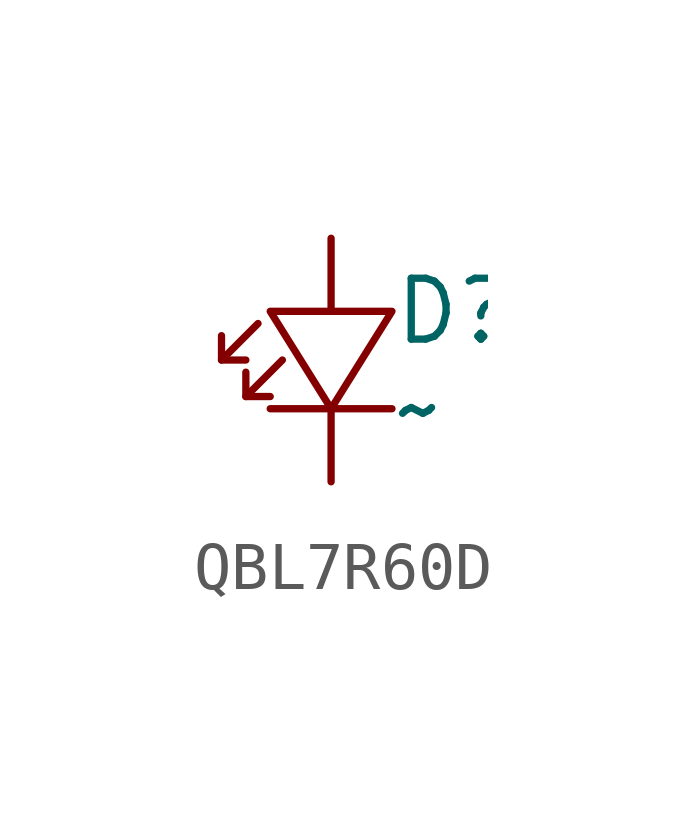
<source format=kicad_sym>
(kicad_symbol_lib
  (version 20231120)
  (generator "kicad_symbol_editor")
  (generator_version "8.0")
  (symbol "QBL7R60D"
    (pin_numbers hide)
    (pin_names hide)
    (property "Reference" "D"
      (at 1.27 -1.524 0)
      (effects (font (size 1.27 1.27)) (justify left)))
    (property "Value" "~"
      (at 1.27 -3.556 0)
      (effects (font (size 1.27 1.27)) (justify left)))
    (symbol "QBL7R60D_0_1"
      (polyline (pts (xy -1.524 -1.778) (xy -2.286 -2.54)) (stroke (width 0) (type default)) (fill (type none)))
      (polyline (pts (xy -1.27 -3.556) (xy 1.27 -3.556)) (stroke (width 0) (type default)) (fill (type none)))
      (polyline (pts (xy -1.016 -2.54) (xy -1.778 -3.302)) (stroke (width 0) (type default)) (fill (type none)))
      (polyline (pts (xy -2.286 -2.032) (xy -2.286 -2.54) (xy -1.778 -2.54)) (stroke (width 0) (type default)) (fill (type none)))
      (polyline (pts (xy -1.778 -2.794) (xy -1.778 -3.302) (xy -1.27 -3.302)) (stroke (width 0) (type default)) (fill (type none)))
      (polyline (pts (xy 0 -3.556) (xy -1.27 -1.524) (xy 1.27 -1.524) (xy 0 -3.556)) (stroke (width 0) (type default)) (fill (type none))))
    (symbol "QBL7R60D_1_1"
      (pin bidirectional line (at 0 -5.08 90) (length 1.524) (name "K" (effects (font (size 1.27 1.27)))) (number "1" (effects (font (size 1.27 1.27)))))
      (pin bidirectional line (at 0 0 270) (length 1.524) (name "A" (effects (font (size 1.27 1.27)))) (number "2" (effects (font (size 1.27 1.27))))))))
</source>
